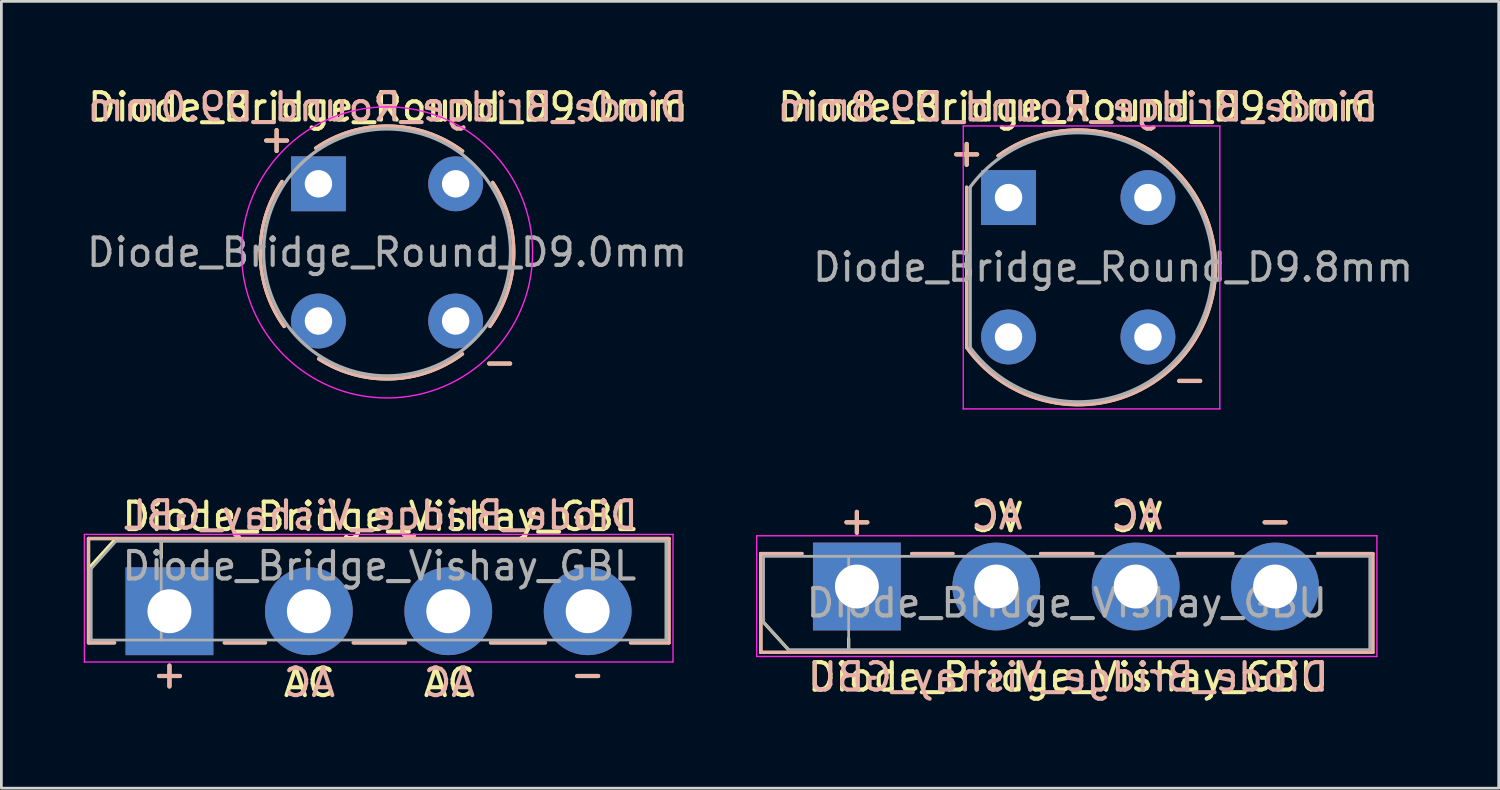
<source format=kicad_pcb>
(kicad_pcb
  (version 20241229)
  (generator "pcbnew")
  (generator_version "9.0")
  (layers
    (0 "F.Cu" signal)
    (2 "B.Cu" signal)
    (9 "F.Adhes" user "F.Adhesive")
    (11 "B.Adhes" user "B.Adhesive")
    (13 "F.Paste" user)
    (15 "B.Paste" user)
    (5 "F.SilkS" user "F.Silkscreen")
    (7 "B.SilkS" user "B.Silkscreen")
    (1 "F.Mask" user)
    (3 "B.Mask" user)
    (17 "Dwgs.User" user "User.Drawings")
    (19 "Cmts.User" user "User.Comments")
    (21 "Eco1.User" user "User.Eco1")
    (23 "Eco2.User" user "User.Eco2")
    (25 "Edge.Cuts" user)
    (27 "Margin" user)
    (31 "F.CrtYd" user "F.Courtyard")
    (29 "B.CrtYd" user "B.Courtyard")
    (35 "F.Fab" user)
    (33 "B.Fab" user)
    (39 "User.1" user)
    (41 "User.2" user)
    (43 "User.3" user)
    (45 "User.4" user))
  (footprint "Diode_Bridge_Round_D9.8mm"
    (layer "F.Cu")
    (at 33.701 4.15)
    (property "Reference" "Diode_Bridge_Round_D9.8mm" (at 2.54 -3.302 0) (layer "F.SilkS") (effects (font (size 1 1) (thickness 0.15))))
    (fp_line (start -1.524 -0.381) (end -1.524 5.461) (stroke (width 0.12) (type solid)) (layer "F.SilkS"))
    (fp_arc (start -0.381 -1.524) (mid 7.479141 3.348223) (end -1.524 5.461) (stroke (width 0.12) (type solid)) (layer "F.SilkS"))
    (fp_line (start -1.525 -0.375) (end -1.525 5.467) (stroke (width 0.12) (type solid)) (layer "B.SilkS"))
    (fp_arc (start -0.382 -1.518) (mid 7.478141 3.354223) (end -1.525 5.467) (stroke (width 0.12) (type solid)) (layer "B.SilkS"))
    (fp_line (start -1.65 -2.61) (end -1.65 7.7) (stroke (width 0.05) (type solid)) (layer "F.CrtYd"))
    (fp_line (start -1.65 -2.61) (end 7.7 -2.61) (stroke (width 0.05) (type solid)) (layer "F.CrtYd"))
    (fp_line (start 7.7 7.7) (end -1.65 7.7) (stroke (width 0.05) (type solid)) (layer "F.CrtYd"))
    (fp_line (start 7.7 7.7) (end 7.7 -2.61) (stroke (width 0.05) (type solid)) (layer "F.CrtYd"))
    (fp_line (start -1.397 5.461) (end -1.397 -0.381) (stroke (width 0.12) (type solid)) (layer "F.Fab"))
    (fp_arc (start -1.4 -0.38) (mid 7.444079 2.54366) (end -1.404354 5.454115) (stroke (width 0.12) (type solid)) (layer "F.Fab"))
    (fp_text user "+" (at -1.524 -1.651 0) (layer "F.SilkS") (effects (font (size 1 1) (thickness 0.15))))
    (fp_text user "-" (at 6.604 6.604 0) (layer "F.SilkS") (effects (font (size 1 1) (thickness 0.15))))
    (fp_text user "+" (at -1.525 -1.645 0) (layer "B.SilkS") (effects (font (size 1 1) (thickness 0.15)) (justify mirror)))
    (fp_text user "${REFERENCE}" (at 2.5 -3.3 0) (layer "B.SilkS") (effects (font (size 1 1) (thickness 0.15)) (justify mirror)))
    (fp_text user "-" (at 6.603 6.61 0) (layer "B.SilkS") (effects (font (size 1 1) (thickness 0.15)) (justify mirror)))
    (fp_text user "${REFERENCE}" (at 3.81 2.54 0) (layer "F.Fab") (effects (font (size 1 1) (thickness 0.15))))
    (pad "1" thru_hole rect (at 0 0) (size 2 2) (drill 1) (layers "*.Cu" "*.Mask"))
    (pad "2" thru_hole oval (at 0 5.08) (size 2 2) (drill 1) (layers "*.Cu" "*.Mask"))
    (pad "3" thru_hole oval (at 5.08 5.08) (size 2 2) (drill 1) (layers "*.Cu" "*.Mask"))
    (pad "4" thru_hole oval (at 5.08 0) (size 2 2) (drill 1) (layers "*.Cu" "*.Mask")))
  (footprint "Diode_Bridge_Round_D9.0mm"
    (layer "F.Cu")
    (at 8.554 3.648)
    (property "Reference" "Diode_Bridge_Round_D9.0mm" (at 2.54 -2.794 0) (layer "F.SilkS") (effects (font (size 1 1) (thickness 0.15))))
    (fp_arc (start -1.25 5.2) (mid -2.120355 2.569427) (end -1.329431 -0.086109) (stroke (width 0.12) (type solid)) (layer "F.SilkS"))
    (fp_arc (start -0.1 -1.3) (mid 2.595106 -2.103363) (end 5.254731 -1.189371) (stroke (width 0.12) (type solid)) (layer "F.SilkS"))
    (fp_arc (start 5.25 6.2) (mid 2.657169 7.107363) (end 0.008533 6.3788) (stroke (width 0.12) (type solid)) (layer "F.SilkS"))
    (fp_arc (start 6.35 -0.05) (mid 7.117021 2.590098) (end 6.247584 5.198261) (stroke (width 0.12) (type solid)) (layer "F.SilkS"))
    (fp_arc (start -1.25 5.2) (mid -2.120532 2.569431) (end -1.329431 -0.086107) (stroke (width 0.12) (type solid)) (layer "B.SilkS"))
    (fp_arc (start -0.1 -1.3) (mid 2.595097 -2.103005) (end 5.254728 -1.189371) (stroke (width 0.12) (type solid)) (layer "B.SilkS"))
    (fp_arc (start 5.25 6.2) (mid 2.657155 7.106922) (end 0.008535 6.378801) (stroke (width 0.12) (type solid)) (layer "B.SilkS"))
    (fp_arc (start 6.35 -0.05) (mid 7.117374 2.590104) (end 6.247584 5.19826) (stroke (width 0.12) (type solid)) (layer "B.SilkS"))
    (fp_circle (center 2.5 2.5) (end -1.3 -1.2) (stroke (width 0.05) (type solid)) (fill no) (layer "F.CrtYd"))
    (fp_arc (start -2 2.5) (mid 7 2.5) (end -2 2.5) (stroke (width 0.12) (type solid)) (layer "F.Fab"))
    (fp_text user "-" (at 6.604 6.477 0) (layer "F.SilkS") (effects (font (size 1 1) (thickness 0.15))))
    (fp_text user "+" (at -1.524 -1.651 0) (layer "F.SilkS") (effects (font (size 1 1) (thickness 0.15))))
    (fp_text user "-" (at 6.604 6.477 0) (layer "B.SilkS") (effects (font (size 1 1) (thickness 0.15)) (justify mirror)))
    (fp_text user "${REFERENCE}" (at 2.5 -2.8 0) (layer "B.SilkS") (effects (font (size 1 1) (thickness 0.15)) (justify mirror)))
    (fp_text user "+" (at -1.524 -1.651 0) (layer "B.SilkS") (effects (font (size 1 1) (thickness 0.15)) (justify mirror)))
    (fp_text user "${REFERENCE}" (at 2.5 2.5 0) (layer "F.Fab") (effects (font (size 1 1) (thickness 0.15))))
    (pad "1" thru_hole rect (at 0 0) (size 2 2) (drill 1) (layers "*.Cu" "*.Mask"))
    (pad "2" thru_hole oval (at 0 5) (size 2 2) (drill 1) (layers "*.Cu" "*.Mask"))
    (pad "3" thru_hole oval (at 5 5) (size 2 2) (drill 1) (layers "*.Cu" "*.Mask"))
    (pad "4" thru_hole oval (at 5 0) (size 2 2) (drill 1) (layers "*.Cu" "*.Mask")))
  (footprint "Diode_Bridge_Vishay_GBL"
    (layer "F.Cu")
    (at 3.125 19.224)
    (property "Reference" "Diode_Bridge_Vishay_GBL" (at 7.65 -3.45 0) (layer "F.SilkS") (effects (font (size 1 1) (thickness 0.15))))
    (fp_line (start -2.95 -2.65) (end -2.95 1.15) (stroke (width 0.12) (type solid)) (layer "F.SilkS"))
    (fp_line (start -2.95 -1.55) (end -1.95 -2.65) (stroke (width 0.12) (type solid)) (layer "F.SilkS"))
    (fp_line (start -2.95 1.15) (end -2 1.15) (stroke (width 0.12) (type solid)) (layer "F.SilkS"))
    (fp_line (start -0.3 -2.65) (end -0.3 -1.95) (stroke (width 0.12) (type solid)) (layer "F.SilkS"))
    (fp_line (start 2 1.15) (end 3.5 1.15) (stroke (width 0.12) (type solid)) (layer "F.SilkS"))
    (fp_line (start 6.7 1.15) (end 8.6 1.15) (stroke (width 0.12) (type solid)) (layer "F.SilkS"))
    (fp_line (start 11.7 1.15) (end 13.7 1.15) (stroke (width 0.12) (type solid)) (layer "F.SilkS"))
    (fp_line (start 16.8 1.15) (end 18.2 1.15) (stroke (width 0.12) (type solid)) (layer "F.SilkS"))
    (fp_line (start 18.2 -2.65) (end -2.95 -2.65) (stroke (width 0.12) (type solid)) (layer "F.SilkS"))
    (fp_line (start 18.2 1.15) (end 18.2 -2.65) (stroke (width 0.12) (type solid)) (layer "F.SilkS"))
    (fp_line (start -2.95 -2.65) (end -2.95 1.15) (stroke (width 0.12) (type solid)) (layer "B.SilkS"))
    (fp_line (start -2.95 1.15) (end -2 1.15) (stroke (width 0.12) (type solid)) (layer "B.SilkS"))
    (fp_line (start 2 1.15) (end 3.5 1.15) (stroke (width 0.12) (type solid)) (layer "B.SilkS"))
    (fp_line (start 6.7 1.15) (end 8.6 1.15) (stroke (width 0.12) (type solid)) (layer "B.SilkS"))
    (fp_line (start 11.7 1.15) (end 13.7 1.15) (stroke (width 0.12) (type solid)) (layer "B.SilkS"))
    (fp_line (start 16.8 1.15) (end 18.2 1.15) (stroke (width 0.12) (type solid)) (layer "B.SilkS"))
    (fp_line (start 18.2 -2.65) (end -2.95 -2.65) (stroke (width 0.12) (type solid)) (layer "B.SilkS"))
    (fp_line (start 18.2 1.15) (end 18.2 -2.65) (stroke (width 0.12) (type solid)) (layer "B.SilkS"))
    (fp_line (start -3.1 1.85) (end -3.1 -2.8) (stroke (width 0.05) (type solid)) (layer "F.CrtYd"))
    (fp_line (start -3.1 1.85) (end 18.35 1.85) (stroke (width 0.05) (type solid)) (layer "F.CrtYd"))
    (fp_line (start 18.35 -2.8) (end -3.1 -2.8) (stroke (width 0.05) (type solid)) (layer "F.CrtYd"))
    (fp_line (start 18.35 -2.8) (end 18.35 1.85) (stroke (width 0.05) (type solid)) (layer "F.CrtYd"))
    (fp_line (start -2.85 -1.55) (end -2.85 1.05) (stroke (width 0.1) (type solid)) (layer "F.Fab"))
    (fp_line (start -2.85 1.05) (end 18.1 1.05) (stroke (width 0.1) (type solid)) (layer "F.Fab"))
    (fp_line (start -1.95 -2.55) (end -2.85 -1.55) (stroke (width 0.1) (type solid)) (layer "F.Fab"))
    (fp_line (start -0.3 -2.55) (end -0.3 1.05) (stroke (width 0.1) (type solid)) (layer "F.Fab"))
    (fp_line (start 18.1 -2.55) (end -1.95 -2.55) (stroke (width 0.1) (type solid)) (layer "F.Fab"))
    (fp_line (start 18.1 1.05) (end 18.1 -2.55) (stroke (width 0.12) (type solid)) (layer "F.Fab"))
    (fp_text user "AC" (at 5.1 2.6 0) (layer "F.SilkS") (effects (font (size 1 1) (thickness 0.15))))
    (fp_text user "+" (at 0 2.286 0) (layer "F.SilkS") (effects (font (size 1 1) (thickness 0.15))))
    (fp_text user "AC" (at 10.2 2.6 0) (layer "F.SilkS") (effects (font (size 1 1) (thickness 0.15))))
    (fp_text user "-" (at 15.24 2.286 0) (layer "F.SilkS") (effects (font (size 1 1) (thickness 0.15))))
    (fp_text user "+" (at 0 2.286 0) (layer "B.SilkS") (effects (font (size 1 1) (thickness 0.15)) (justify mirror)))
    (fp_text user "-" (at 15.24 2.286 0) (layer "B.SilkS") (effects (font (size 1 1) (thickness 0.15)) (justify mirror)))
    (fp_text user "AC" (at 5.1 2.6 0) (layer "B.SilkS") (effects (font (size 1 1) (thickness 0.15)) (justify mirror)))
    (fp_text user "${REFERENCE}" (at 7.7 -3.5 0) (layer "B.SilkS") (effects (font (size 1 1) (thickness 0.15)) (justify mirror)))
    (fp_text user "AC" (at 10.2 2.6 0) (layer "B.SilkS") (effects (font (size 1 1) (thickness 0.15)) (justify mirror)))
    (fp_text user "${REFERENCE}" (at 7.65 -1.65 0) (layer "F.Fab") (effects (font (size 1 1) (thickness 0.15))))
    (pad "1" thru_hole rect (at 0 0 180) (size 3.2 3.2) (drill 1.6) (layers "*.Cu" "*.Mask"))
    (pad "2" thru_hole circle (at 5.08 0 180) (size 3.2 3.2) (drill 1.6) (layers "*.Cu" "*.Mask"))
    (pad "3" thru_hole circle (at 10.16 0 180) (size 3.2 3.2) (drill 1.6) (layers "*.Cu" "*.Mask"))
    (pad "4" thru_hole circle (at 15.24 0 180) (size 3.2 3.2) (drill 1.6) (layers "*.Cu" "*.Mask")))
  (footprint "Diode_Bridge_Vishay_GBU"
    (layer "F.Cu")
    (at 28.175 18.323)
    (property "Reference" "Diode_Bridge_Vishay_GBU" (at 7.7 3.3 180) (layer "F.SilkS") (effects (font (size 1 1) (thickness 0.15))))
    (fp_line (start -3.5 -1.2) (end -2 -1.2) (stroke (width 0.12) (type solid)) (layer "F.SilkS"))
    (fp_line (start -3.5 2.4) (end -3.5 -1.2) (stroke (width 0.12) (type solid)) (layer "F.SilkS"))
    (fp_line (start -3.45 1.25) (end -2.45 2.35) (stroke (width 0.12) (type solid)) (layer "F.SilkS"))
    (fp_line (start -0.3 2.4) (end -0.3 1.9) (stroke (width 0.12) (type solid)) (layer "F.SilkS"))
    (fp_line (start 2 -1.2) (end 3.5 -1.2) (stroke (width 0.12) (type solid)) (layer "F.SilkS"))
    (fp_line (start 6.7 -1.2) (end 8.6 -1.2) (stroke (width 0.12) (type solid)) (layer "F.SilkS"))
    (fp_line (start 11.7 -1.2) (end 13.7 -1.2) (stroke (width 0.12) (type solid)) (layer "F.SilkS"))
    (fp_line (start 16.8 -1.2) (end 18.8 -1.2) (stroke (width 0.12) (type solid)) (layer "F.SilkS"))
    (fp_line (start 18.8 -1.2) (end 18.8 2.4) (stroke (width 0.12) (type solid)) (layer "F.SilkS"))
    (fp_line (start 18.8 2.4) (end -3.5 2.4) (stroke (width 0.12) (type solid)) (layer "F.SilkS"))
    (fp_line (start -3.5 -1.2) (end -2 -1.2) (stroke (width 0.12) (type solid)) (layer "B.SilkS"))
    (fp_line (start -3.5 2.4) (end -3.5 -1.2) (stroke (width 0.12) (type solid)) (layer "B.SilkS"))
    (fp_line (start 2 -1.2) (end 3.5 -1.2) (stroke (width 0.12) (type solid)) (layer "B.SilkS"))
    (fp_line (start 6.7 -1.2) (end 8.6 -1.2) (stroke (width 0.12) (type solid)) (layer "B.SilkS"))
    (fp_line (start 11.7 -1.2) (end 13.7 -1.2) (stroke (width 0.12) (type solid)) (layer "B.SilkS"))
    (fp_line (start 16.8 -1.2) (end 18.8 -1.2) (stroke (width 0.12) (type solid)) (layer "B.SilkS"))
    (fp_line (start 18.8 -1.2) (end 18.8 2.4) (stroke (width 0.12) (type solid)) (layer "B.SilkS"))
    (fp_line (start 18.8 2.4) (end -3.5 2.4) (stroke (width 0.12) (type solid)) (layer "B.SilkS"))
    (fp_line (start -3.65 2.55) (end -3.65 -1.85) (stroke (width 0.05) (type solid)) (layer "F.CrtYd"))
    (fp_line (start -3.65 2.55) (end 18.95 2.55) (stroke (width 0.05) (type solid)) (layer "F.CrtYd"))
    (fp_line (start 18.95 -1.85) (end -3.65 -1.85) (stroke (width 0.05) (type solid)) (layer "F.CrtYd"))
    (fp_line (start 18.95 -1.85) (end 18.95 2.55) (stroke (width 0.05) (type solid)) (layer "F.CrtYd"))
    (fp_line (start -3.4 -1.1) (end 18.7 -1.1) (stroke (width 0.1) (type solid)) (layer "F.Fab"))
    (fp_line (start -3.4 1.3) (end -3.4 -1.1) (stroke (width 0.1) (type solid)) (layer "F.Fab"))
    (fp_line (start -2.5 2.3) (end -3.4 1.3) (stroke (width 0.1) (type solid)) (layer "F.Fab"))
    (fp_line (start -0.3 2.3) (end -0.3 -1.1) (stroke (width 0.1) (type solid)) (layer "F.Fab"))
    (fp_line (start 18.7 -1.1) (end 18.7 2.3) (stroke (width 0.12) (type solid)) (layer "F.Fab"))
    (fp_line (start 18.7 2.3) (end -2.5 2.3) (stroke (width 0.1) (type solid)) (layer "F.Fab"))
    (fp_text user "-" (at 15.24 -2.413 0) (layer "F.SilkS") (effects (font (size 1 1) (thickness 0.15))))
    (fp_text user "AC" (at 10.2 -2.6 180) (unlocked yes) (layer "F.SilkS") (effects (font (size 1 1) (thickness 0.15))))
    (fp_text user "+" (at 0 -2.413 0) (layer "F.SilkS") (effects (font (size 1 1) (thickness 0.15))))
    (fp_text user "AC" (at 5.1 -2.6 180) (unlocked yes) (layer "F.SilkS") (effects (font (size 1 1) (thickness 0.15))))
    (fp_text user "AC" (at 10.2 -2.6 0) (unlocked yes) (layer "B.SilkS") (effects (font (size 1 1) (thickness 0.15)) (justify mirror)))
    (fp_text user "${REFERENCE}" (at 7.7 3.3 0) (layer "B.SilkS") (effects (font (size 1 1) (thickness 0.15)) (justify mirror)))
    (fp_text user "-" (at 15.24 -2.413 0) (layer "B.SilkS") (effects (font (size 1 1) (thickness 0.15)) (justify mirror)))
    (fp_text user "AC" (at 5.1 -2.6 0) (unlocked yes) (layer "B.SilkS") (effects (font (size 1 1) (thickness 0.15)) (justify mirror)))
    (fp_text user "+" (at 0 -2.413 0) (layer "B.SilkS") (effects (font (size 1 1) (thickness 0.15)) (justify mirror)))
    (fp_text user "${REFERENCE}" (at 7.65 0.6 180) (layer "F.Fab") (effects (font (size 1 1) (thickness 0.15))))
    (pad "1" thru_hole rect (at 0 0) (size 3.2 3.2) (drill 1.6) (layers "*.Cu" "*.Mask"))
    (pad "2" thru_hole circle (at 5.08 0) (size 3.2 3.2) (drill 1.6) (layers "*.Cu" "*.Mask"))
    (pad "3" thru_hole circle (at 10.16 0) (size 3.2 3.2) (drill 1.6) (layers "*.Cu" "*.Mask"))
    (pad "4" thru_hole circle (at 15.24 0) (size 3.2 3.2) (drill 1.6) (layers "*.Cu" "*.Mask")))
  (gr_rect
    (start -3 -3)
    (end 51.564 25.672)
    (stroke (width 0.1) (type default))
    (fill no)
    (layer "Edge.Cuts")))
</source>
